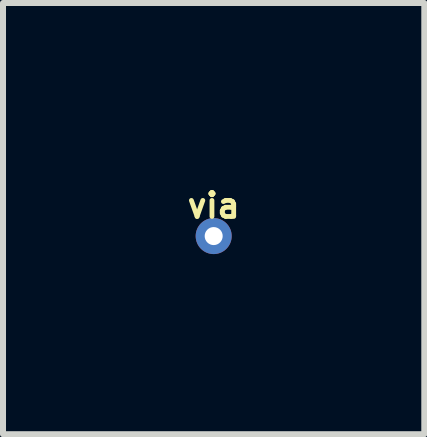
<source format=kicad_pcb>
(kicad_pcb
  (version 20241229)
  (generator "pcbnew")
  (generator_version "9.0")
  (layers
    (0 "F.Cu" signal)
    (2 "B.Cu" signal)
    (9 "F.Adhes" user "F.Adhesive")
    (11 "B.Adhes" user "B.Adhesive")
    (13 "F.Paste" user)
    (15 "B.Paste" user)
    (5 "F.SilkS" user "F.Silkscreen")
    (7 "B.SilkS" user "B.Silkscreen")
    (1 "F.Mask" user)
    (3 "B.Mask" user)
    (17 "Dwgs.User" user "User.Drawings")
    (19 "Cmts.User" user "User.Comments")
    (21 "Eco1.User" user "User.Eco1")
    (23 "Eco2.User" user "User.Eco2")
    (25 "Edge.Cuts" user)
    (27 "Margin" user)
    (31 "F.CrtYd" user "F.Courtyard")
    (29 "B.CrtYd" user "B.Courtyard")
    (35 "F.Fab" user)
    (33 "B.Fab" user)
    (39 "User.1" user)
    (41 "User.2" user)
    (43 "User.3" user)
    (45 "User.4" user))
  (footprint "via"
    (layer "F.Cu")
    (at 0.509 0.882)
    (property "Reference" "via" (at 0 -0.508 0) (layer "F.SilkS") (effects (font (size 0.4 0.4) (thickness 0.08))))
    (attr through_hole)
    (pad "1" thru_hole circle (at 0 0) (size 0.6 0.6) (drill 0.3) (layers "*.Cu")))
  (gr_rect
    (start -3 -3)
    (end 4.017 4.182)
    (stroke (width 0.1) (type default))
    (fill no)
    (layer "Edge.Cuts")))
</source>
